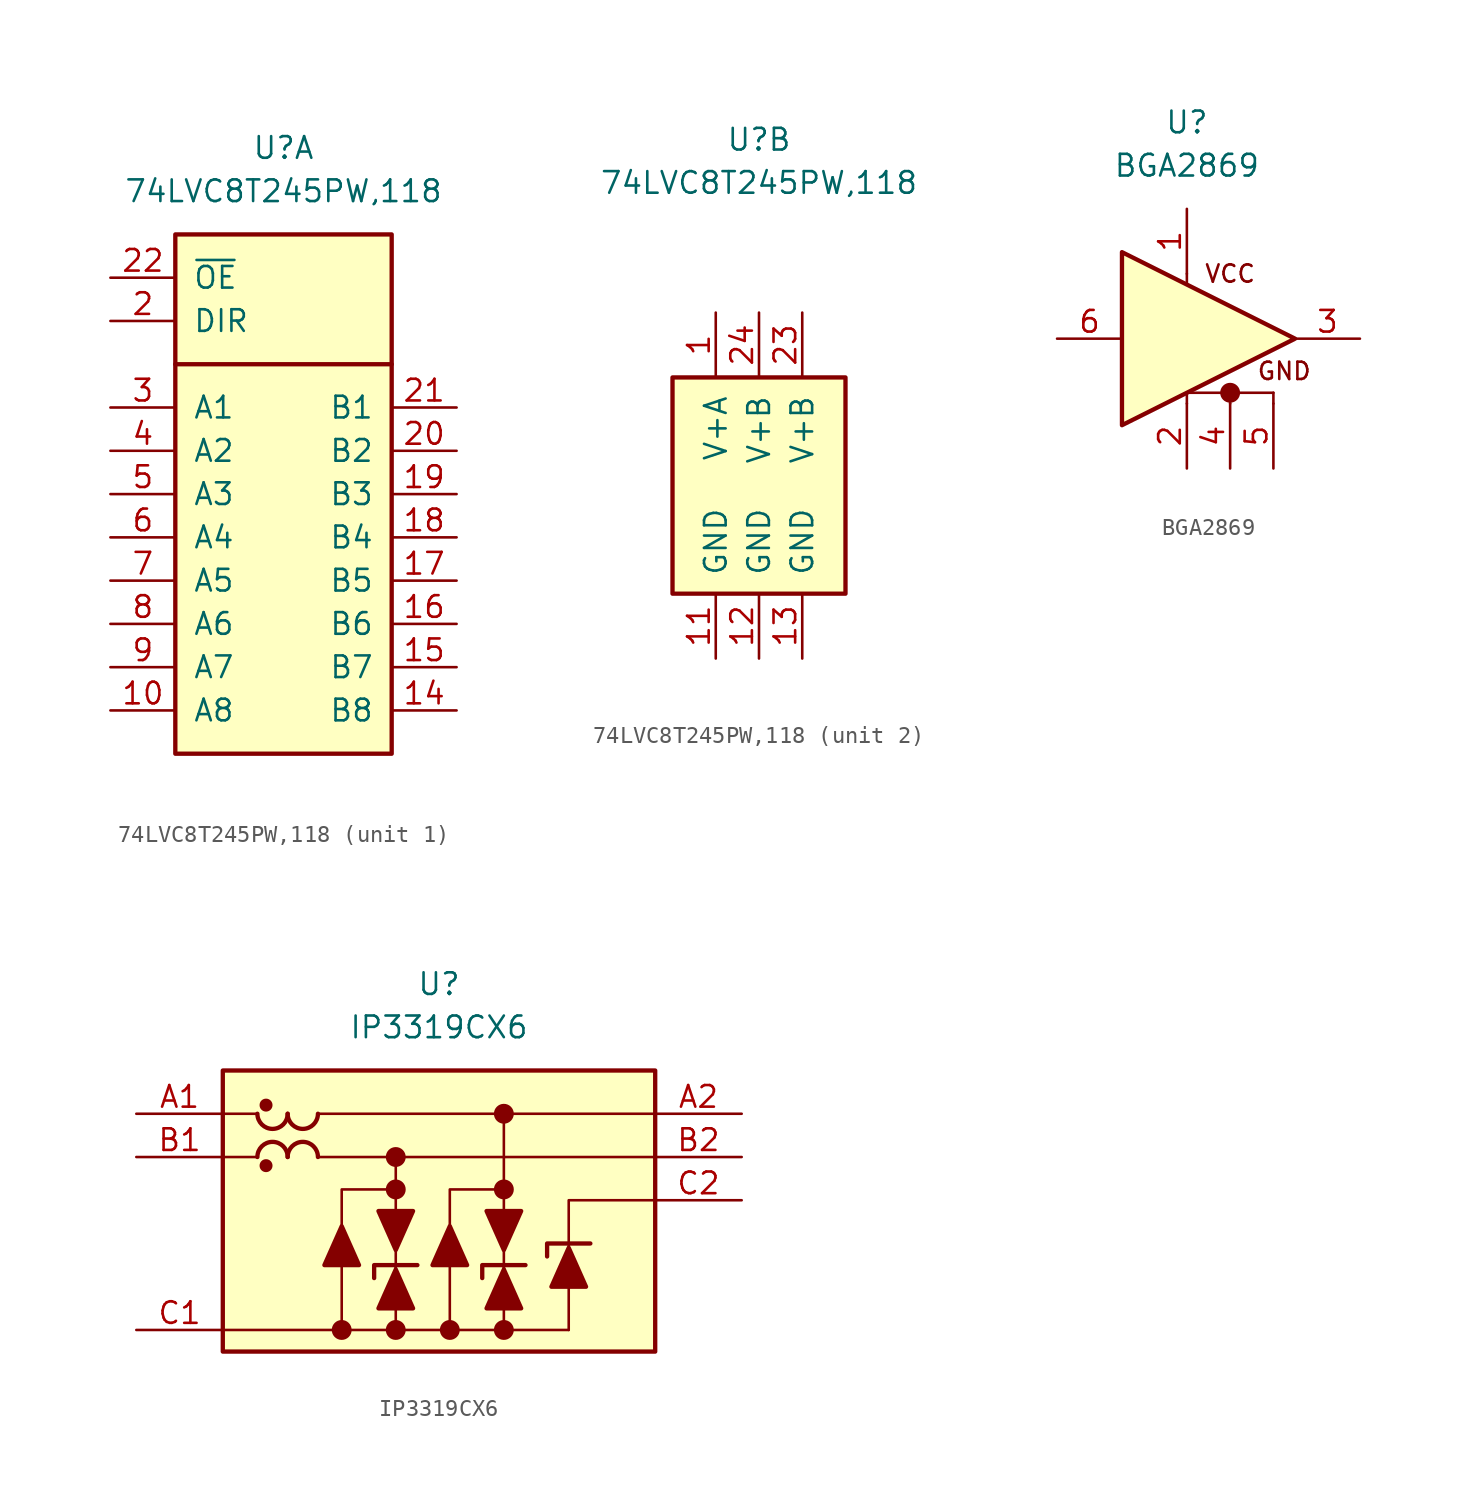
<source format=kicad_sym>
(kicad_symbol_lib
  (version 20211014)
  (generator kicad_symbol_editor)
  (symbol "74LVC8T245PW,118"
    (pin_names
      (offset 1.016))
    (property "Reference" "U"
      (at 0 20.32 0)
      (effects (font (size 1.27 1.27))))
    (property "Value" "74LVC8T245PW,118"
      (at 0 17.78 0)
      (effects (font (size 1.27 1.27))))
    (property "ki_locked" ""
      (at 0 0 0)
      (effects (font (size 1.27 1.27))))
    (symbol "74LVC8T245PW,118_1_1"
      (rectangle (start -6.35 15.24) (end 6.35 -15.24) (stroke (width 0.254) (type default) (color 0 0 0 0)) (fill (type background)))
      (polyline (pts (xy -6.35 7.62) (xy 6.35 7.62)) (stroke (width 0.254) (type default) (color 0 0 0 0)) (fill (type none)))
      (pin bidirectional line (at -10.16 -12.7 0) (length 3.81) (name "A8" (effects (font (size 1.27 1.27)))) (number "10" (effects (font (size 1.27 1.27)))))
      (pin bidirectional line (at 10.16 -12.7 180) (length 3.81) (name "B8" (effects (font (size 1.27 1.27)))) (number "14" (effects (font (size 1.27 1.27)))))
      (pin bidirectional line (at 10.16 -10.16 180) (length 3.81) (name "B7" (effects (font (size 1.27 1.27)))) (number "15" (effects (font (size 1.27 1.27)))))
      (pin bidirectional line (at 10.16 -7.62 180) (length 3.81) (name "B6" (effects (font (size 1.27 1.27)))) (number "16" (effects (font (size 1.27 1.27)))))
      (pin bidirectional line (at 10.16 -5.08 180) (length 3.81) (name "B5" (effects (font (size 1.27 1.27)))) (number "17" (effects (font (size 1.27 1.27)))))
      (pin bidirectional line (at 10.16 -2.54 180) (length 3.81) (name "B4" (effects (font (size 1.27 1.27)))) (number "18" (effects (font (size 1.27 1.27)))))
      (pin bidirectional line (at 10.16 0 180) (length 3.81) (name "B3" (effects (font (size 1.27 1.27)))) (number "19" (effects (font (size 1.27 1.27)))))
      (pin input line (at -10.16 10.16 0) (length 3.81) (name "DIR" (effects (font (size 1.27 1.27)))) (number "2" (effects (font (size 1.27 1.27)))))
      (pin bidirectional line (at 10.16 2.54 180) (length 3.81) (name "B2" (effects (font (size 1.27 1.27)))) (number "20" (effects (font (size 1.27 1.27)))))
      (pin bidirectional line (at 10.16 5.08 180) (length 3.81) (name "B1" (effects (font (size 1.27 1.27)))) (number "21" (effects (font (size 1.27 1.27)))))
      (pin input line (at -10.16 12.7 0) (length 3.81) (name "~{OE}" (effects (font (size 1.27 1.27)))) (number "22" (effects (font (size 1.27 1.27)))))
      (pin bidirectional line (at -10.16 5.08 0) (length 3.81) (name "A1" (effects (font (size 1.27 1.27)))) (number "3" (effects (font (size 1.27 1.27)))))
      (pin bidirectional line (at -10.16 2.54 0) (length 3.81) (name "A2" (effects (font (size 1.27 1.27)))) (number "4" (effects (font (size 1.27 1.27)))))
      (pin bidirectional line (at -10.16 0 0) (length 3.81) (name "A3" (effects (font (size 1.27 1.27)))) (number "5" (effects (font (size 1.27 1.27)))))
      (pin bidirectional line (at -10.16 -2.54 0) (length 3.81) (name "A4" (effects (font (size 1.27 1.27)))) (number "6" (effects (font (size 1.27 1.27)))))
      (pin bidirectional line (at -10.16 -5.08 0) (length 3.81) (name "A5" (effects (font (size 1.27 1.27)))) (number "7" (effects (font (size 1.27 1.27)))))
      (pin bidirectional line (at -10.16 -7.62 0) (length 3.81) (name "A6" (effects (font (size 1.27 1.27)))) (number "8" (effects (font (size 1.27 1.27)))))
      (pin bidirectional line (at -10.16 -10.16 0) (length 3.81) (name "A7" (effects (font (size 1.27 1.27)))) (number "9" (effects (font (size 1.27 1.27))))))
    (symbol "74LVC8T245PW,118_2_1"
      (rectangle (start -5.08 6.35) (end 5.08 -6.35) (stroke (width 0.254) (type default) (color 0 0 0 0)) (fill (type background)))
      (pin power_in line (at -2.54 10.16 270) (length 3.81) (name "V+A" (effects (font (size 1.27 1.27)))) (number "1" (effects (font (size 1.27 1.27)))))
      (pin power_in line (at -2.54 -10.16 90) (length 3.81) (name "GND" (effects (font (size 1.27 1.27)))) (number "11" (effects (font (size 1.27 1.27)))))
      (pin power_in line (at 0 -10.16 90) (length 3.81) (name "GND" (effects (font (size 1.27 1.27)))) (number "12" (effects (font (size 1.27 1.27)))))
      (pin power_in line (at 2.54 -10.16 90) (length 3.81) (name "GND" (effects (font (size 1.27 1.27)))) (number "13" (effects (font (size 1.27 1.27)))))
      (pin power_in line (at 2.54 10.16 270) (length 3.81) (name "V+B" (effects (font (size 1.27 1.27)))) (number "23" (effects (font (size 1.27 1.27)))))
      (pin power_in line (at 0 10.16 270) (length 3.81) (name "V+B" (effects (font (size 1.27 1.27)))) (number "24" (effects (font (size 1.27 1.27)))))))
  (symbol "BGA2869"
    (pin_names
      (offset 1.016))
    (property "Reference" "U"
      (at 0 12.7 0)
      (effects (font (size 1.27 1.27))))
    (property "Value" "BGA2869"
      (at 0 10.16 0)
      (effects (font (size 1.27 1.27))))
    (symbol "BGA2869_0_0"
      (text "GND" (at 5.715 -1.905 0) (effects (font (size 1.016 1.016))))
      (text "VCC" (at 2.54 3.81 0) (effects (font (size 1.016 1.016)))))
    (symbol "BGA2869_0_1"
      (polyline (pts (xy 0 -3.175) (xy 0 -3.81)) (stroke (width 0) (type default) (color 0 0 0 0)) (fill (type none)))
      (polyline (pts (xy 0 -3.175) (xy 5.08 -3.175)) (stroke (width 0) (type default) (color 0 0 0 0)) (fill (type none)))
      (polyline (pts (xy 0 3.81) (xy 0 3.175)) (stroke (width 0) (type default) (color 0 0 0 0)) (fill (type none)))
      (polyline (pts (xy 2.54 -3.175) (xy 2.54 -3.81)) (stroke (width 0) (type default) (color 0 0 0 0)) (fill (type none)))
      (polyline (pts (xy 5.08 -3.175) (xy 5.08 -3.81)) (stroke (width 0) (type default) (color 0 0 0 0)) (fill (type none)))
      (circle (center 2.54 -3.175) (radius 0.508) (stroke (width 0) (type default) (color 0 0 0 0)) (fill (type outline))))
    (symbol "BGA2869_1_1"
      (polyline (pts (xy -3.81 5.08) (xy -3.81 -5.08) (xy 6.35 0) (xy -3.81 5.08)) (stroke (width 0.254) (type default) (color 0 0 0 0)) (fill (type background)))
      (pin power_in line (at 0 7.62 270) (length 3.81) (name "VCC" (effects (font (size 0 0)))) (number "1" (effects (font (size 1.27 1.27)))))
      (pin power_in line (at 0 -7.62 90) (length 3.81) (name "GND" (effects (font (size 0 0)))) (number "2" (effects (font (size 1.27 1.27)))))
      (pin input line (at 10.16 0 180) (length 3.81) (name "OUT" (effects (font (size 0 0)))) (number "3" (effects (font (size 1.27 1.27)))))
      (pin power_in line (at 2.54 -7.62 90) (length 3.81) (name "GND" (effects (font (size 0 0)))) (number "4" (effects (font (size 1.27 1.27)))))
      (pin power_in line (at 5.08 -7.62 90) (length 3.81) (name "GND" (effects (font (size 0 0)))) (number "5" (effects (font (size 1.27 1.27)))))
      (pin input line (at -7.62 0 0) (length 3.81) (name "IN" (effects (font (size 0 0)))) (number "6" (effects (font (size 1.27 1.27)))))))
  (symbol "IP3319CX6"
    (pin_names
      (offset 1.016))
    (property "Reference" "U"
      (at 0 12.7 0)
      (effects (font (size 1.27 1.27))))
    (property "Value" "IP3319CX6"
      (at 0 10.16 0)
      (effects (font (size 1.27 1.27))))
    (symbol "IP3319CX6_0_1"
      (rectangle (start -12.7 7.62) (end 12.7 -8.89) (stroke (width 0.254) (type default) (color 0 0 0 0)) (fill (type background)))
      (arc (start -10.668 5.08) (mid -9.779 4.191) (end -8.89 5.08) (stroke (width 0.254) (type default) (color 0 0 0 0)) (fill (type none)))
      (circle (center -10.16 2.032) (radius 0.254) (stroke (width 0.254) (type default) (color 0 0 0 0)) (fill (type outline)))
      (circle (center -10.16 5.588) (radius 0.254) (stroke (width 0.254) (type default) (color 0 0 0 0)) (fill (type outline)))
      (arc (start -8.89 2.54) (mid -9.779 3.429) (end -10.668 2.54) (stroke (width 0.254) (type default) (color 0 0 0 0)) (fill (type none)))
      (arc (start -8.89 5.08) (mid -8.001 4.191) (end -7.112 5.08) (stroke (width 0.254) (type default) (color 0 0 0 0)) (fill (type none)))
      (arc (start -7.112 2.54) (mid -8.001 3.429) (end -8.89 2.54) (stroke (width 0.254) (type default) (color 0 0 0 0)) (fill (type none)))
      (circle (center -5.715 -7.62) (radius 0.508) (stroke (width 0) (type default) (color 0 0 0 0)) (fill (type outline)))
      (circle (center -2.54 -7.62) (radius 0.508) (stroke (width 0) (type default) (color 0 0 0 0)) (fill (type outline)))
      (circle (center -2.54 0.635) (radius 0.508) (stroke (width 0) (type default) (color 0 0 0 0)) (fill (type outline)))
      (circle (center -2.54 2.54) (radius 0.508) (stroke (width 0) (type default) (color 0 0 0 0)) (fill (type outline)))
      (polyline (pts (xy -10.668 2.54) (xy -12.7 2.54)) (stroke (width 0) (type default) (color 0 0 0 0)) (fill (type none)))
      (polyline (pts (xy -10.668 5.08) (xy -12.7 5.08)) (stroke (width 0) (type default) (color 0 0 0 0)) (fill (type none)))
      (polyline (pts (xy -7.112 2.54) (xy 12.7 2.54)) (stroke (width 0) (type default) (color 0 0 0 0)) (fill (type none)))
      (polyline (pts (xy -7.112 5.08) (xy 12.7 5.08)) (stroke (width 0) (type default) (color 0 0 0 0)) (fill (type none)))
      (polyline (pts (xy -5.715 -7.62) (xy -12.7 -7.62)) (stroke (width 0) (type default) (color 0 0 0 0)) (fill (type none)))
      (polyline (pts (xy -2.54 -7.62) (xy -5.715 -7.62)) (stroke (width 0) (type default) (color 0 0 0 0)) (fill (type none)))
      (polyline (pts (xy -2.54 -7.62) (xy -2.54 2.54)) (stroke (width 0) (type default) (color 0 0 0 0)) (fill (type none)))
      (polyline (pts (xy -2.54 -3.81) (xy -2.54 -4.064)) (stroke (width 0) (type default) (color 0 0 0 0)) (fill (type none)))
      (polyline (pts (xy 0.635 -7.62) (xy -2.54 -7.62)) (stroke (width 0) (type default) (color 0 0 0 0)) (fill (type none)))
      (polyline (pts (xy 3.81 -7.62) (xy 0.635 -7.62)) (stroke (width 0) (type default) (color 0 0 0 0)) (fill (type none)))
      (polyline (pts (xy 3.81 -7.62) (xy 3.81 5.08)) (stroke (width 0) (type default) (color 0 0 0 0)) (fill (type none)))
      (polyline (pts (xy 3.81 -3.81) (xy 3.81 -4.064)) (stroke (width 0) (type default) (color 0 0 0 0)) (fill (type none)))
      (polyline (pts (xy 7.62 -7.62) (xy 3.81 -7.62)) (stroke (width 0) (type default) (color 0 0 0 0)) (fill (type none)))
      (polyline (pts (xy 7.62 -3.81) (xy 7.62 -4.064)) (stroke (width 0) (type default) (color 0 0 0 0)) (fill (type none)))
      (polyline (pts (xy -5.715 -7.62) (xy -5.715 0.635) (xy -2.54 0.635)) (stroke (width 0) (type default) (color 0 0 0 0)) (fill (type none)))
      (polyline (pts (xy -1.27 -3.81) (xy -3.81 -3.81) (xy -3.81 -4.572)) (stroke (width 0.254) (type default) (color 0 0 0 0)) (fill (type none)))
      (polyline (pts (xy 0.635 -7.62) (xy 0.635 0.635) (xy 3.81 0.635)) (stroke (width 0) (type default) (color 0 0 0 0)) (fill (type none)))
      (polyline (pts (xy 5.08 -3.81) (xy 2.54 -3.81) (xy 2.54 -4.572)) (stroke (width 0.254) (type default) (color 0 0 0 0)) (fill (type none)))
      (polyline (pts (xy 7.62 -7.62) (xy 7.62 0) (xy 12.7 0)) (stroke (width 0) (type default) (color 0 0 0 0)) (fill (type none)))
      (polyline (pts (xy 8.89 -2.54) (xy 6.35 -2.54) (xy 6.35 -3.302)) (stroke (width 0.254) (type default) (color 0 0 0 0)) (fill (type none)))
      (polyline (pts (xy -5.715 -1.524) (xy -6.731 -3.81) (xy -4.699 -3.81) (xy -5.715 -1.524)) (stroke (width 0.254) (type default) (color 0 0 0 0)) (fill (type outline)))
      (polyline (pts (xy -2.54 -4.064) (xy -3.556 -6.35) (xy -1.524 -6.35) (xy -2.54 -4.064)) (stroke (width 0.254) (type default) (color 0 0 0 0)) (fill (type outline)))
      (polyline (pts (xy -2.54 -2.921) (xy -3.556 -0.635) (xy -1.524 -0.635) (xy -2.54 -2.921)) (stroke (width 0.254) (type default) (color 0 0 0 0)) (fill (type outline)))
      (polyline (pts (xy 0.635 -1.524) (xy -0.381 -3.81) (xy 1.651 -3.81) (xy 0.635 -1.524)) (stroke (width 0.254) (type default) (color 0 0 0 0)) (fill (type outline)))
      (polyline (pts (xy 3.81 -4.064) (xy 2.794 -6.35) (xy 4.826 -6.35) (xy 3.81 -4.064)) (stroke (width 0.254) (type default) (color 0 0 0 0)) (fill (type outline)))
      (polyline (pts (xy 3.81 -2.921) (xy 2.794 -0.635) (xy 4.826 -0.635) (xy 3.81 -2.921)) (stroke (width 0.254) (type default) (color 0 0 0 0)) (fill (type outline)))
      (polyline (pts (xy 7.62 -2.794) (xy 6.604 -5.08) (xy 8.636 -5.08) (xy 7.62 -2.794)) (stroke (width 0.254) (type default) (color 0 0 0 0)) (fill (type outline)))
      (circle (center 0.635 -7.62) (radius 0.508) (stroke (width 0) (type default) (color 0 0 0 0)) (fill (type outline)))
      (circle (center 3.81 -7.62) (radius 0.508) (stroke (width 0) (type default) (color 0 0 0 0)) (fill (type outline)))
      (circle (center 3.81 0.635) (radius 0.508) (stroke (width 0) (type default) (color 0 0 0 0)) (fill (type outline)))
      (circle (center 3.81 5.08) (radius 0.508) (stroke (width 0) (type default) (color 0 0 0 0)) (fill (type outline))))
    (symbol "IP3319CX6_1_1"
      (pin passive line (at -17.78 5.08 0) (length 5.08) (name "~" (effects (font (size 1.27 1.27)))) (number "A1" (effects (font (size 1.27 1.27)))))
      (pin passive line (at 17.78 5.08 180) (length 5.08) (name "~" (effects (font (size 1.27 1.27)))) (number "A2" (effects (font (size 1.27 1.27)))))
      (pin passive line (at -17.78 2.54 0) (length 5.08) (name "~" (effects (font (size 1.27 1.27)))) (number "B1" (effects (font (size 1.27 1.27)))))
      (pin passive line (at 17.78 2.54 180) (length 5.08) (name "~" (effects (font (size 1.27 1.27)))) (number "B2" (effects (font (size 1.27 1.27)))))
      (pin power_in line (at -17.78 -7.62 0) (length 5.08) (name "~" (effects (font (size 1.27 1.27)))) (number "C1" (effects (font (size 1.27 1.27)))))
      (pin passive line (at 17.78 0 180) (length 5.08) (name "~" (effects (font (size 1.27 1.27)))) (number "C2" (effects (font (size 1.27 1.27))))))))
</source>
